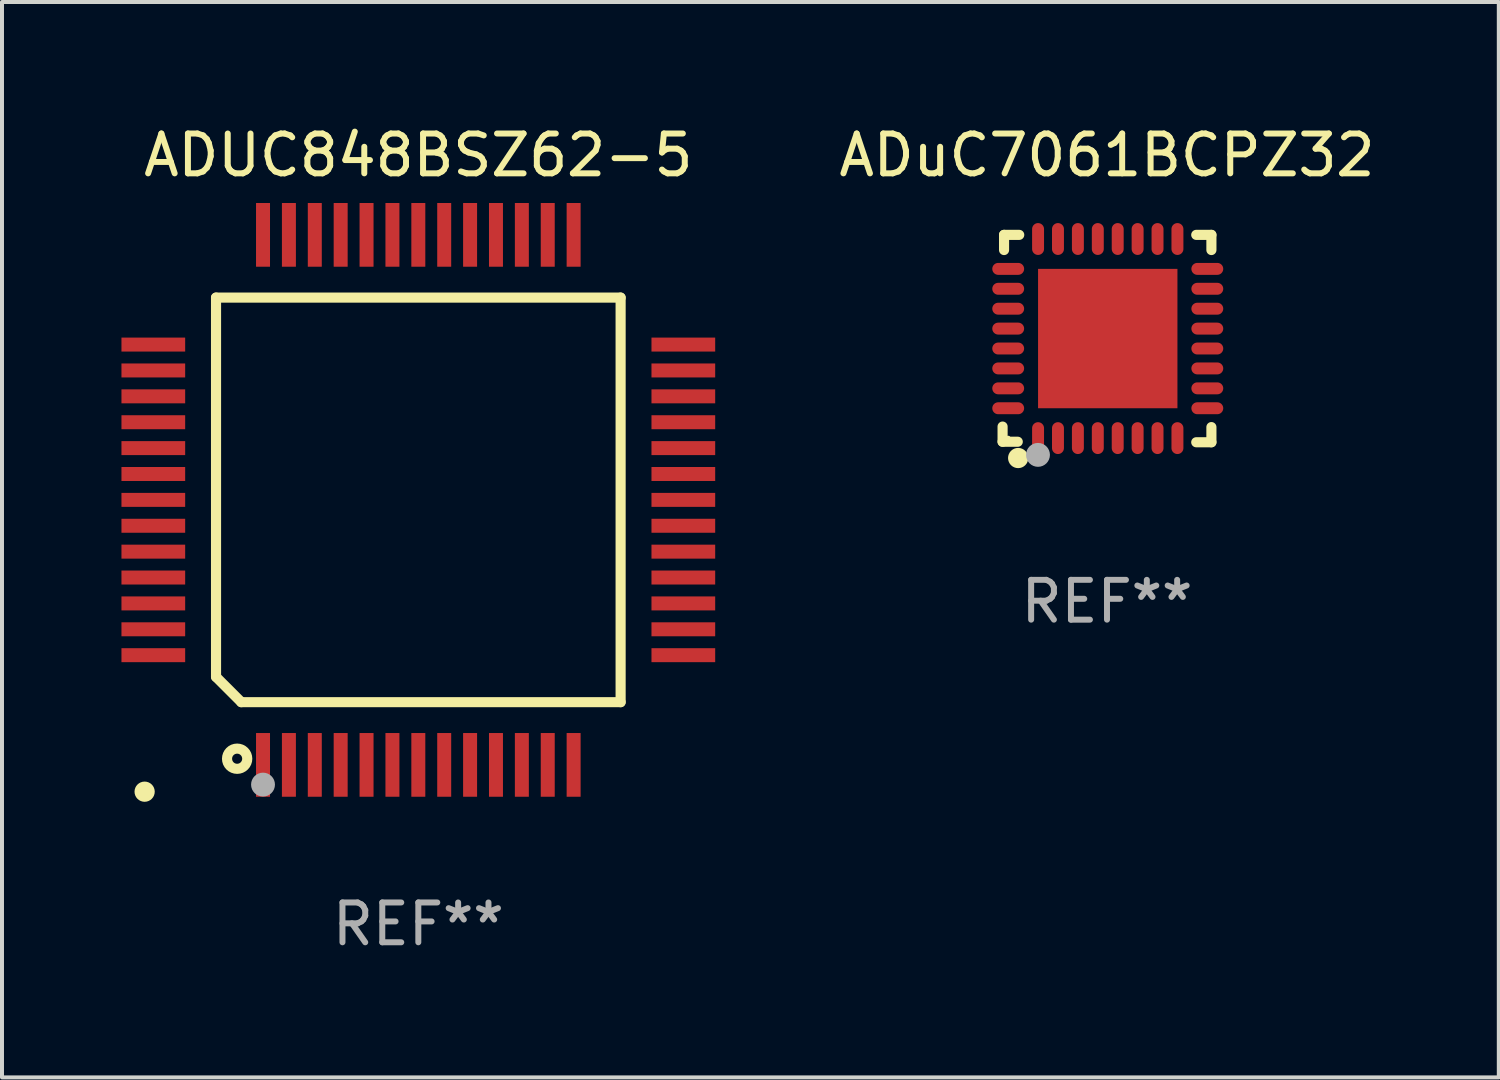
<source format=kicad_pcb>
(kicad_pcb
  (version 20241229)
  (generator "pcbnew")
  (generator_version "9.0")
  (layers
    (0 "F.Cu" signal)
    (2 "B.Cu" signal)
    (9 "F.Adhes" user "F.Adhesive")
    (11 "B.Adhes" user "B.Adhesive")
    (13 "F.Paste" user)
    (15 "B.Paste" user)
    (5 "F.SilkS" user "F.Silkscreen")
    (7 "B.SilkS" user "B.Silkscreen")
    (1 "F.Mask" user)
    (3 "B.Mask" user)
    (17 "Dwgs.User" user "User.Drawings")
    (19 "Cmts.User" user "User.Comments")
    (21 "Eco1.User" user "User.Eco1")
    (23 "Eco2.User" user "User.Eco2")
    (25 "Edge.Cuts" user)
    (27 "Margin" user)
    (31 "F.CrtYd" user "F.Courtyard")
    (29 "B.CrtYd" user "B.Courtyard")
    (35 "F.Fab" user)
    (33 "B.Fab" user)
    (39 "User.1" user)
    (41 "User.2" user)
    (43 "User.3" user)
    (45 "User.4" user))
  (footprint "ADUC848BSZ62-5"
    (layer "F.Cu")
    (at 7.455 9.503)
    (property "Reference" "ADUC848BSZ62-5" (at 0 -8.655 0) (layer "F.SilkS") (effects (font (size 1 1) (thickness 0.15))))
    (attr through_hole)
    (fp_line (start -5.08 -5.08) (end 5.08 -5.08) (stroke (width 0.254) (type solid)) (layer "F.SilkS"))
    (fp_line (start -5.08 4.445) (end -5.08 -5.08) (stroke (width 0.254) (type solid)) (layer "F.SilkS"))
    (fp_line (start -4.445 5.08) (end -5.08 4.445) (stroke (width 0.254) (type solid)) (layer "F.SilkS"))
    (fp_line (start 5.08 -5.08) (end 5.08 5.08) (stroke (width 0.254) (type solid)) (layer "F.SilkS"))
    (fp_line (start 5.08 5.08) (end -4.445 5.08) (stroke (width 0.254) (type solid)) (layer "F.SilkS"))
    (fp_circle (center -6.873 7.328) (end -6.746 7.328) (stroke (width 0.254) (type solid)) (fill no) (layer "F.SilkS"))
    (fp_circle (center -4.55 6.5) (end -4.296 6.5) (stroke (width 0.254) (type solid)) (fill no) (layer "F.SilkS"))
    (fp_circle (center -3.9 7.15) (end -3.75 7.15) (stroke (width 0.3) (type solid)) (fill no) (layer "F.Fab"))
    (fp_text user "REF**" (at 0 10.655 0) (layer "F.Fab") (effects (font (size 1 1) (thickness 0.15))))
    (pad "1" smd rect (at -3.9 6.655 90) (size 1.6 0.351) (layers "F.Cu" "F.Mask" "F.Paste"))
    (pad "2" smd rect (at -3.25 6.655 90) (size 1.6 0.351) (layers "F.Cu" "F.Mask" "F.Paste"))
    (pad "3" smd rect (at -2.6 6.655 90) (size 1.6 0.351) (layers "F.Cu" "F.Mask" "F.Paste"))
    (pad "4" smd rect (at -1.95 6.655 90) (size 1.6 0.351) (layers "F.Cu" "F.Mask" "F.Paste"))
    (pad "5" smd rect (at -1.3 6.655 90) (size 1.6 0.351) (layers "F.Cu" "F.Mask" "F.Paste"))
    (pad "6" smd rect (at -0.65 6.655 90) (size 1.6 0.351) (layers "F.Cu" "F.Mask" "F.Paste"))
    (pad "7" smd rect (at 0 6.655 90) (size 1.6 0.351) (layers "F.Cu" "F.Mask" "F.Paste"))
    (pad "8" smd rect (at 0.65 6.655 90) (size 1.6 0.351) (layers "F.Cu" "F.Mask" "F.Paste"))
    (pad "9" smd rect (at 1.3 6.655 90) (size 1.6 0.351) (layers "F.Cu" "F.Mask" "F.Paste"))
    (pad "10" smd rect (at 1.95 6.655 90) (size 1.6 0.351) (layers "F.Cu" "F.Mask" "F.Paste"))
    (pad "11" smd rect (at 2.6 6.655 90) (size 1.6 0.351) (layers "F.Cu" "F.Mask" "F.Paste"))
    (pad "12" smd rect (at 3.25 6.655 90) (size 1.6 0.351) (layers "F.Cu" "F.Mask" "F.Paste"))
    (pad "13" smd rect (at 3.9 6.655 90) (size 1.6 0.351) (layers "F.Cu" "F.Mask" "F.Paste"))
    (pad "14" smd rect (at 6.655 3.9 180) (size 1.6 0.351) (layers "F.Cu" "F.Mask" "F.Paste"))
    (pad "15" smd rect (at 6.655 3.25 180) (size 1.6 0.351) (layers "F.Cu" "F.Mask" "F.Paste"))
    (pad "16" smd rect (at 6.655 2.6 180) (size 1.6 0.351) (layers "F.Cu" "F.Mask" "F.Paste"))
    (pad "17" smd rect (at 6.655 1.95 180) (size 1.6 0.351) (layers "F.Cu" "F.Mask" "F.Paste"))
    (pad "18" smd rect (at 6.655 1.3 180) (size 1.6 0.351) (layers "F.Cu" "F.Mask" "F.Paste"))
    (pad "19" smd rect (at 6.655 0.65 180) (size 1.6 0.351) (layers "F.Cu" "F.Mask" "F.Paste"))
    (pad "20" smd rect (at 6.655 0 180) (size 1.6 0.351) (layers "F.Cu" "F.Mask" "F.Paste"))
    (pad "21" smd rect (at 6.655 -0.65 180) (size 1.6 0.351) (layers "F.Cu" "F.Mask" "F.Paste"))
    (pad "22" smd rect (at 6.655 -1.3 180) (size 1.6 0.351) (layers "F.Cu" "F.Mask" "F.Paste"))
    (pad "23" smd rect (at 6.655 -1.95 180) (size 1.6 0.351) (layers "F.Cu" "F.Mask" "F.Paste"))
    (pad "24" smd rect (at 6.655 -2.6 180) (size 1.6 0.351) (layers "F.Cu" "F.Mask" "F.Paste"))
    (pad "25" smd rect (at 6.655 -3.25 180) (size 1.6 0.351) (layers "F.Cu" "F.Mask" "F.Paste"))
    (pad "26" smd rect (at 6.655 -3.9 180) (size 1.6 0.351) (layers "F.Cu" "F.Mask" "F.Paste"))
    (pad "27" smd rect (at 3.9 -6.655 270) (size 1.6 0.351) (layers "F.Cu" "F.Mask" "F.Paste"))
    (pad "28" smd rect (at 3.25 -6.655 270) (size 1.6 0.351) (layers "F.Cu" "F.Mask" "F.Paste"))
    (pad "29" smd rect (at 2.6 -6.655 270) (size 1.6 0.351) (layers "F.Cu" "F.Mask" "F.Paste"))
    (pad "30" smd rect (at 1.95 -6.655 270) (size 1.6 0.351) (layers "F.Cu" "F.Mask" "F.Paste"))
    (pad "31" smd rect (at 1.3 -6.655 270) (size 1.6 0.351) (layers "F.Cu" "F.Mask" "F.Paste"))
    (pad "32" smd rect (at 0.65 -6.655 270) (size 1.6 0.351) (layers "F.Cu" "F.Mask" "F.Paste"))
    (pad "33" smd rect (at 0 -6.655 270) (size 1.6 0.351) (layers "F.Cu" "F.Mask" "F.Paste"))
    (pad "34" smd rect (at -0.65 -6.655 270) (size 1.6 0.351) (layers "F.Cu" "F.Mask" "F.Paste"))
    (pad "35" smd rect (at -1.3 -6.655 270) (size 1.6 0.351) (layers "F.Cu" "F.Mask" "F.Paste"))
    (pad "36" smd rect (at -1.95 -6.655 270) (size 1.6 0.351) (layers "F.Cu" "F.Mask" "F.Paste"))
    (pad "37" smd rect (at -2.6 -6.655 270) (size 1.6 0.351) (layers "F.Cu" "F.Mask" "F.Paste"))
    (pad "38" smd rect (at -3.25 -6.655 270) (size 1.6 0.351) (layers "F.Cu" "F.Mask" "F.Paste"))
    (pad "39" smd rect (at -3.9 -6.655 270) (size 1.6 0.351) (layers "F.Cu" "F.Mask" "F.Paste"))
    (pad "40" smd rect (at -6.655 -3.9) (size 1.6 0.351) (layers "F.Cu" "F.Mask" "F.Paste"))
    (pad "41" smd rect (at -6.655 -3.25) (size 1.6 0.351) (layers "F.Cu" "F.Mask" "F.Paste"))
    (pad "42" smd rect (at -6.655 -2.6) (size 1.6 0.351) (layers "F.Cu" "F.Mask" "F.Paste"))
    (pad "43" smd rect (at -6.655 -1.95) (size 1.6 0.351) (layers "F.Cu" "F.Mask" "F.Paste"))
    (pad "44" smd rect (at -6.655 -1.3) (size 1.6 0.351) (layers "F.Cu" "F.Mask" "F.Paste"))
    (pad "45" smd rect (at -6.655 -0.65) (size 1.6 0.351) (layers "F.Cu" "F.Mask" "F.Paste"))
    (pad "46" smd rect (at -6.655 0) (size 1.6 0.351) (layers "F.Cu" "F.Mask" "F.Paste"))
    (pad "47" smd rect (at -6.655 0.65) (size 1.6 0.351) (layers "F.Cu" "F.Mask" "F.Paste"))
    (pad "48" smd rect (at -6.655 1.3) (size 1.6 0.351) (layers "F.Cu" "F.Mask" "F.Paste"))
    (pad "49" smd rect (at -6.655 1.95) (size 1.6 0.351) (layers "F.Cu" "F.Mask" "F.Paste"))
    (pad "50" smd rect (at -6.655 2.6) (size 1.6 0.351) (layers "F.Cu" "F.Mask" "F.Paste"))
    (pad "51" smd rect (at -6.655 3.25) (size 1.6 0.351) (layers "F.Cu" "F.Mask" "F.Paste"))
    (pad "52" smd rect (at -6.655 3.9) (size 1.6 0.351) (layers "F.Cu" "F.Mask" "F.Paste")))
  (footprint "ADuC7061BCPZ32"
    (layer "F.Cu")
    (at 24.749 5.452)
    (property "Reference" "ADuC7061BCPZ32" (at 0 -4.604 0) (layer "F.SilkS") (effects (font (size 1 1) (thickness 0.15))))
    (attr through_hole)
    (fp_line (start -2.622 2.21) (end -2.622 2.591) (stroke (width 0.254) (type solid)) (layer "F.SilkS"))
    (fp_line (start -2.622 2.591) (end -2.241 2.591) (stroke (width 0.254) (type solid)) (layer "F.SilkS"))
    (fp_line (start -2.585 -2.604) (end -2.585 -2.223) (stroke (width 0.254) (type solid)) (layer "F.SilkS"))
    (fp_line (start -2.204 -2.604) (end -2.585 -2.604) (stroke (width 0.254) (type solid)) (layer "F.SilkS"))
    (fp_line (start 2.241 2.604) (end 2.622 2.604) (stroke (width 0.254) (type solid)) (layer "F.SilkS"))
    (fp_line (start 2.622 -2.604) (end 2.241 -2.604) (stroke (width 0.254) (type solid)) (layer "F.SilkS"))
    (fp_line (start 2.622 -2.223) (end 2.622 -2.604) (stroke (width 0.254) (type solid)) (layer "F.SilkS"))
    (fp_line (start 2.622 2.604) (end 2.622 2.223) (stroke (width 0.254) (type solid)) (layer "F.SilkS"))
    (fp_circle (center -2.481 2.5) (end -2.451 2.5) (stroke (width 0.06) (type solid)) (fill no) (layer "F.SilkS"))
    (fp_circle (center -2.231 3) (end -2.104 3) (stroke (width 0.254) (type solid)) (fill no) (layer "F.SilkS"))
    (fp_circle (center -1.733 2.921) (end -1.583 2.921) (stroke (width 0.3) (type solid)) (fill no) (layer "F.Fab"))
    (fp_text user "REF**" (at 0 6.604 0) (layer "F.Fab") (effects (font (size 1 1) (thickness 0.15))))
    (pad "1" smd oval (at -1.731 2.5 90) (size 0.8 0.3) (layers "F.Cu" "F.Mask" "F.Paste"))
    (pad "2" smd oval (at -1.231 2.5 90) (size 0.8 0.3) (layers "F.Cu" "F.Mask" "F.Paste"))
    (pad "3" smd oval (at -0.731 2.5 90) (size 0.8 0.3) (layers "F.Cu" "F.Mask" "F.Paste"))
    (pad "4" smd oval (at -0.231 2.5 90) (size 0.8 0.3) (layers "F.Cu" "F.Mask" "F.Paste"))
    (pad "5" smd oval (at 0.269 2.5 90) (size 0.8 0.3) (layers "F.Cu" "F.Mask" "F.Paste"))
    (pad "6" smd oval (at 0.769 2.5 90) (size 0.8 0.3) (layers "F.Cu" "F.Mask" "F.Paste"))
    (pad "7" smd oval (at 1.269 2.5 90) (size 0.8 0.3) (layers "F.Cu" "F.Mask" "F.Paste"))
    (pad "8" smd oval (at 1.769 2.5 90) (size 0.8 0.3) (layers "F.Cu" "F.Mask" "F.Paste"))
    (pad "9" smd oval (at 2.519 1.75 180) (size 0.8 0.3) (layers "F.Cu" "F.Mask" "F.Paste"))
    (pad "10" smd oval (at 2.519 1.25 180) (size 0.8 0.3) (layers "F.Cu" "F.Mask" "F.Paste"))
    (pad "11" smd oval (at 2.519 0.75 180) (size 0.8 0.3) (layers "F.Cu" "F.Mask" "F.Paste"))
    (pad "12" smd oval (at 2.519 0.25 180) (size 0.8 0.3) (layers "F.Cu" "F.Mask" "F.Paste"))
    (pad "13" smd oval (at 2.519 -0.25 180) (size 0.8 0.3) (layers "F.Cu" "F.Mask" "F.Paste"))
    (pad "14" smd oval (at 2.519 -0.75 180) (size 0.8 0.3) (layers "F.Cu" "F.Mask" "F.Paste"))
    (pad "15" smd oval (at 2.519 -1.25 180) (size 0.8 0.3) (layers "F.Cu" "F.Mask" "F.Paste"))
    (pad "16" smd oval (at 2.519 -1.75 180) (size 0.8 0.3) (layers "F.Cu" "F.Mask" "F.Paste"))
    (pad "17" smd oval (at 1.769 -2.5 270) (size 0.8 0.3) (layers "F.Cu" "F.Mask" "F.Paste"))
    (pad "18" smd oval (at 1.269 -2.5 270) (size 0.8 0.3) (layers "F.Cu" "F.Mask" "F.Paste"))
    (pad "19" smd oval (at 0.769 -2.5 270) (size 0.8 0.3) (layers "F.Cu" "F.Mask" "F.Paste"))
    (pad "20" smd oval (at 0.269 -2.5 270) (size 0.8 0.3) (layers "F.Cu" "F.Mask" "F.Paste"))
    (pad "21" smd oval (at -0.231 -2.5 270) (size 0.8 0.3) (layers "F.Cu" "F.Mask" "F.Paste"))
    (pad "22" smd oval (at -0.731 -2.5 270) (size 0.8 0.3) (layers "F.Cu" "F.Mask" "F.Paste"))
    (pad "23" smd oval (at -1.231 -2.5 270) (size 0.8 0.3) (layers "F.Cu" "F.Mask" "F.Paste"))
    (pad "24" smd oval (at -1.731 -2.5 270) (size 0.8 0.3) (layers "F.Cu" "F.Mask" "F.Paste"))
    (pad "25" smd oval (at -2.481 -1.75) (size 0.8 0.3) (layers "F.Cu" "F.Mask" "F.Paste"))
    (pad "26" smd oval (at -2.481 -1.25) (size 0.8 0.3) (layers "F.Cu" "F.Mask" "F.Paste"))
    (pad "27" smd oval (at -2.481 -0.75) (size 0.8 0.3) (layers "F.Cu" "F.Mask" "F.Paste"))
    (pad "28" smd oval (at -2.481 -0.25) (size 0.8 0.3) (layers "F.Cu" "F.Mask" "F.Paste"))
    (pad "29" smd oval (at -2.481 0.25) (size 0.8 0.3) (layers "F.Cu" "F.Mask" "F.Paste"))
    (pad "30" smd oval (at -2.481 0.75) (size 0.8 0.3) (layers "F.Cu" "F.Mask" "F.Paste"))
    (pad "31" smd oval (at -2.481 1.25) (size 0.8 0.3) (layers "F.Cu" "F.Mask" "F.Paste"))
    (pad "32" smd oval (at -2.481 1.75) (size 0.8 0.3) (layers "F.Cu" "F.Mask" "F.Paste"))
    (pad "33" smd rect (at 0.019 -0.000025 90) (size 3.5 3.5) (layers "F.Cu" "F.Mask" "F.Paste")))
  (gr_rect
    (start -3 -3)
    (end 34.588 24.006)
    (stroke (width 0.1) (type default))
    (fill no)
    (layer "Edge.Cuts")))
</source>
